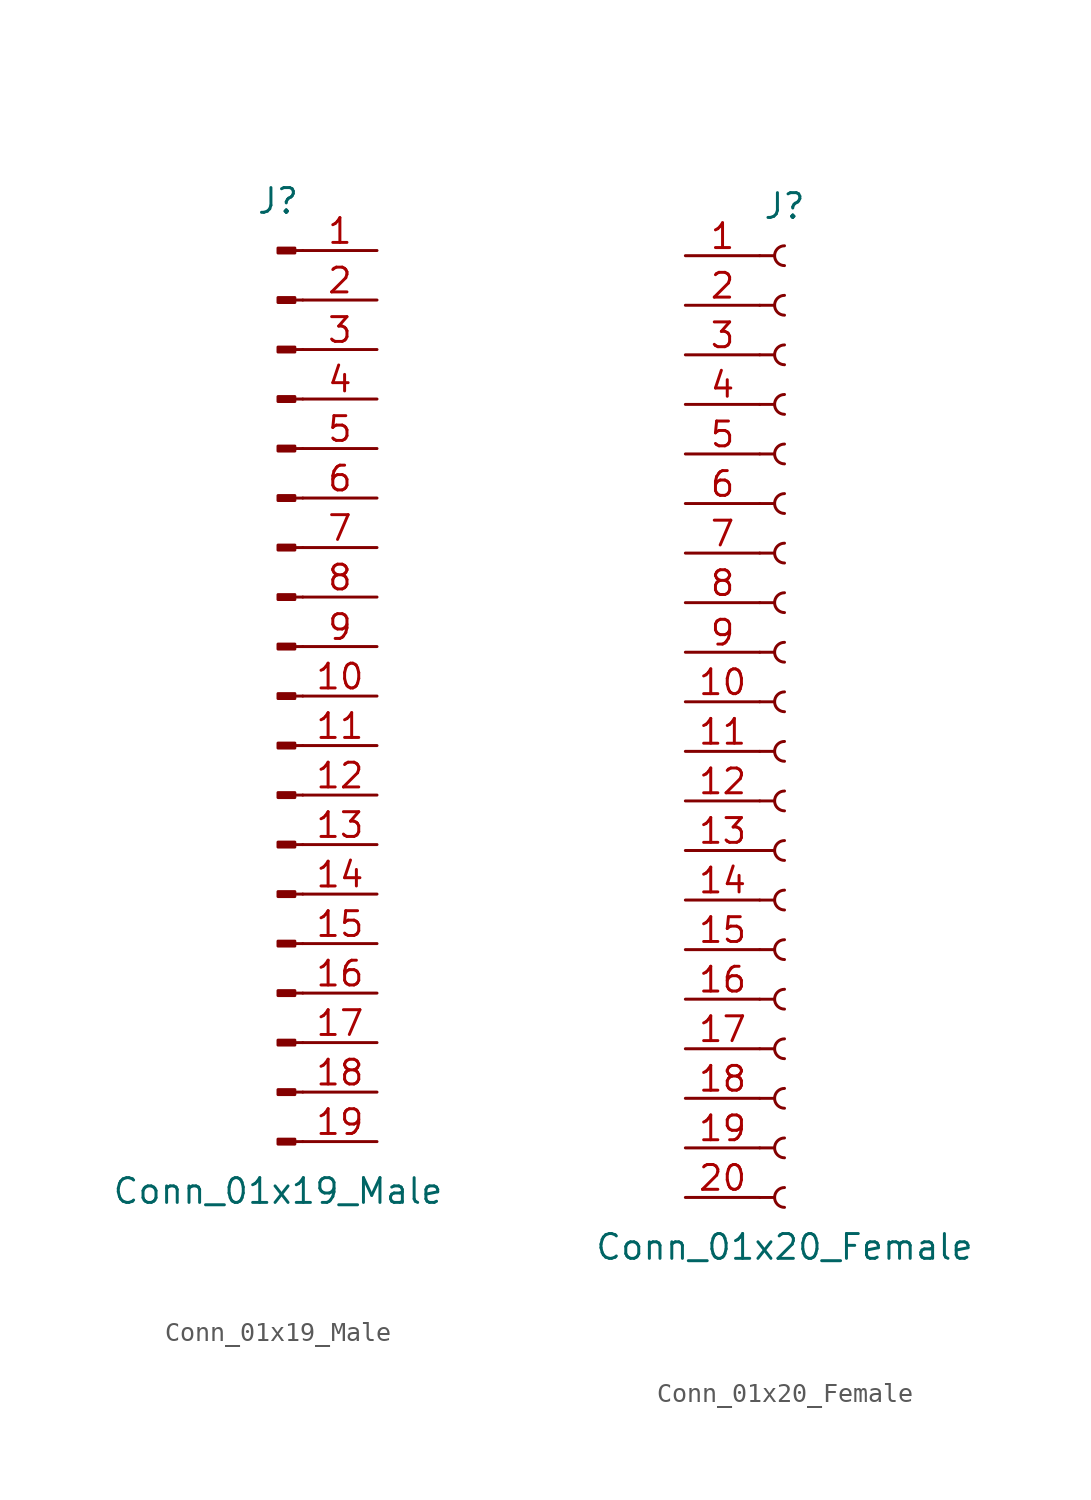
<source format=kicad_sym>
(kicad_symbol_lib
  (version 20220914)
  (generator kicad_symbol_editor)
  (symbol "Conn_01x19_Male"
    (pin_names
      (offset 1.016) hide)
    (property "Reference" "J"
      (at 0 25.4 0)
      (effects (font (size 1.27 1.27))))
    (property "Value" "Conn_01x19_Male"
      (at 0 -25.4 0)
      (effects (font (size 1.27 1.27))))
    (symbol "Conn_01x19_Male_1_1"
      (polyline (pts (xy 1.27 -22.86) (xy 0.864 -22.86)) (stroke (width 0.152) (type solid)) (fill (type none)))
      (polyline (pts (xy 1.27 -20.32) (xy 0.864 -20.32)) (stroke (width 0.152) (type solid)) (fill (type none)))
      (polyline (pts (xy 1.27 -17.78) (xy 0.864 -17.78)) (stroke (width 0.152) (type solid)) (fill (type none)))
      (polyline (pts (xy 1.27 -15.24) (xy 0.864 -15.24)) (stroke (width 0.152) (type solid)) (fill (type none)))
      (polyline (pts (xy 1.27 -12.7) (xy 0.864 -12.7)) (stroke (width 0.152) (type solid)) (fill (type none)))
      (polyline (pts (xy 1.27 -10.16) (xy 0.864 -10.16)) (stroke (width 0.152) (type solid)) (fill (type none)))
      (polyline (pts (xy 1.27 -7.62) (xy 0.864 -7.62)) (stroke (width 0.152) (type solid)) (fill (type none)))
      (polyline (pts (xy 1.27 -5.08) (xy 0.864 -5.08)) (stroke (width 0.152) (type solid)) (fill (type none)))
      (polyline (pts (xy 1.27 -2.54) (xy 0.864 -2.54)) (stroke (width 0.152) (type solid)) (fill (type none)))
      (polyline (pts (xy 1.27 0) (xy 0.864 0)) (stroke (width 0.152) (type solid)) (fill (type none)))
      (polyline (pts (xy 1.27 2.54) (xy 0.864 2.54)) (stroke (width 0.152) (type solid)) (fill (type none)))
      (polyline (pts (xy 1.27 5.08) (xy 0.864 5.08)) (stroke (width 0.152) (type solid)) (fill (type none)))
      (polyline (pts (xy 1.27 7.62) (xy 0.864 7.62)) (stroke (width 0.152) (type solid)) (fill (type none)))
      (polyline (pts (xy 1.27 10.16) (xy 0.864 10.16)) (stroke (width 0.152) (type solid)) (fill (type none)))
      (polyline (pts (xy 1.27 12.7) (xy 0.864 12.7)) (stroke (width 0.152) (type solid)) (fill (type none)))
      (polyline (pts (xy 1.27 15.24) (xy 0.864 15.24)) (stroke (width 0.152) (type solid)) (fill (type none)))
      (polyline (pts (xy 1.27 17.78) (xy 0.864 17.78)) (stroke (width 0.152) (type solid)) (fill (type none)))
      (polyline (pts (xy 1.27 20.32) (xy 0.864 20.32)) (stroke (width 0.152) (type solid)) (fill (type none)))
      (polyline (pts (xy 1.27 22.86) (xy 0.864 22.86)) (stroke (width 0.152) (type solid)) (fill (type none)))
      (rectangle (start 0.864 -22.733) (end 0 -22.987) (stroke (width 0.152) (type solid)) (fill (type outline)))
      (rectangle (start 0.864 -20.193) (end 0 -20.447) (stroke (width 0.152) (type solid)) (fill (type outline)))
      (rectangle (start 0.864 -17.653) (end 0 -17.907) (stroke (width 0.152) (type solid)) (fill (type outline)))
      (rectangle (start 0.864 -15.113) (end 0 -15.367) (stroke (width 0.152) (type solid)) (fill (type outline)))
      (rectangle (start 0.864 -12.573) (end 0 -12.827) (stroke (width 0.152) (type solid)) (fill (type outline)))
      (rectangle (start 0.864 -10.033) (end 0 -10.287) (stroke (width 0.152) (type solid)) (fill (type outline)))
      (rectangle (start 0.864 -7.493) (end 0 -7.747) (stroke (width 0.152) (type solid)) (fill (type outline)))
      (rectangle (start 0.864 -4.953) (end 0 -5.207) (stroke (width 0.152) (type solid)) (fill (type outline)))
      (rectangle (start 0.864 -2.413) (end 0 -2.667) (stroke (width 0.152) (type solid)) (fill (type outline)))
      (rectangle (start 0.864 0.127) (end 0 -0.127) (stroke (width 0.152) (type solid)) (fill (type outline)))
      (rectangle (start 0.864 2.667) (end 0 2.413) (stroke (width 0.152) (type solid)) (fill (type outline)))
      (rectangle (start 0.864 5.207) (end 0 4.953) (stroke (width 0.152) (type solid)) (fill (type outline)))
      (rectangle (start 0.864 7.747) (end 0 7.493) (stroke (width 0.152) (type solid)) (fill (type outline)))
      (rectangle (start 0.864 10.287) (end 0 10.033) (stroke (width 0.152) (type solid)) (fill (type outline)))
      (rectangle (start 0.864 12.827) (end 0 12.573) (stroke (width 0.152) (type solid)) (fill (type outline)))
      (rectangle (start 0.864 15.367) (end 0 15.113) (stroke (width 0.152) (type solid)) (fill (type outline)))
      (rectangle (start 0.864 17.907) (end 0 17.653) (stroke (width 0.152) (type solid)) (fill (type outline)))
      (rectangle (start 0.864 20.447) (end 0 20.193) (stroke (width 0.152) (type solid)) (fill (type outline)))
      (rectangle (start 0.864 22.987) (end 0 22.733) (stroke (width 0.152) (type solid)) (fill (type outline)))
      (pin passive line (at 5.08 22.86 180) (length 3.81) (name "Pin_1" (effects (font (size 1.27 1.27)))) (number "1" (effects (font (size 1.27 1.27)))))
      (pin passive line (at 5.08 0 180) (length 3.81) (name "Pin_10" (effects (font (size 1.27 1.27)))) (number "10" (effects (font (size 1.27 1.27)))))
      (pin passive line (at 5.08 -2.54 180) (length 3.81) (name "Pin_11" (effects (font (size 1.27 1.27)))) (number "11" (effects (font (size 1.27 1.27)))))
      (pin passive line (at 5.08 -5.08 180) (length 3.81) (name "Pin_12" (effects (font (size 1.27 1.27)))) (number "12" (effects (font (size 1.27 1.27)))))
      (pin passive line (at 5.08 -7.62 180) (length 3.81) (name "Pin_13" (effects (font (size 1.27 1.27)))) (number "13" (effects (font (size 1.27 1.27)))))
      (pin passive line (at 5.08 -10.16 180) (length 3.81) (name "Pin_14" (effects (font (size 1.27 1.27)))) (number "14" (effects (font (size 1.27 1.27)))))
      (pin passive line (at 5.08 -12.7 180) (length 3.81) (name "Pin_15" (effects (font (size 1.27 1.27)))) (number "15" (effects (font (size 1.27 1.27)))))
      (pin passive line (at 5.08 -15.24 180) (length 3.81) (name "Pin_16" (effects (font (size 1.27 1.27)))) (number "16" (effects (font (size 1.27 1.27)))))
      (pin passive line (at 5.08 -17.78 180) (length 3.81) (name "Pin_17" (effects (font (size 1.27 1.27)))) (number "17" (effects (font (size 1.27 1.27)))))
      (pin passive line (at 5.08 -20.32 180) (length 3.81) (name "Pin_18" (effects (font (size 1.27 1.27)))) (number "18" (effects (font (size 1.27 1.27)))))
      (pin passive line (at 5.08 -22.86 180) (length 3.81) (name "Pin_19" (effects (font (size 1.27 1.27)))) (number "19" (effects (font (size 1.27 1.27)))))
      (pin passive line (at 5.08 20.32 180) (length 3.81) (name "Pin_2" (effects (font (size 1.27 1.27)))) (number "2" (effects (font (size 1.27 1.27)))))
      (pin passive line (at 5.08 17.78 180) (length 3.81) (name "Pin_3" (effects (font (size 1.27 1.27)))) (number "3" (effects (font (size 1.27 1.27)))))
      (pin passive line (at 5.08 15.24 180) (length 3.81) (name "Pin_4" (effects (font (size 1.27 1.27)))) (number "4" (effects (font (size 1.27 1.27)))))
      (pin passive line (at 5.08 12.7 180) (length 3.81) (name "Pin_5" (effects (font (size 1.27 1.27)))) (number "5" (effects (font (size 1.27 1.27)))))
      (pin passive line (at 5.08 10.16 180) (length 3.81) (name "Pin_6" (effects (font (size 1.27 1.27)))) (number "6" (effects (font (size 1.27 1.27)))))
      (pin passive line (at 5.08 7.62 180) (length 3.81) (name "Pin_7" (effects (font (size 1.27 1.27)))) (number "7" (effects (font (size 1.27 1.27)))))
      (pin passive line (at 5.08 5.08 180) (length 3.81) (name "Pin_8" (effects (font (size 1.27 1.27)))) (number "8" (effects (font (size 1.27 1.27)))))
      (pin passive line (at 5.08 2.54 180) (length 3.81) (name "Pin_9" (effects (font (size 1.27 1.27)))) (number "9" (effects (font (size 1.27 1.27)))))))
  (symbol "Conn_01x20_Female"
    (pin_names
      (offset 1.016) hide)
    (property "Reference" "J"
      (at 0 25.4 0)
      (effects (font (size 1.27 1.27))))
    (property "Value" "Conn_01x20_Female"
      (at 0 -27.94 0)
      (effects (font (size 1.27 1.27))))
    (symbol "Conn_01x20_Female_1_1"
      (arc (start 0 -24.892) (mid -0.5058 -25.4) (end 0 -25.908) (stroke (width 0.1524) (type solid)) (fill (type none)))
      (arc (start 0 -22.352) (mid -0.5058 -22.86) (end 0 -23.368) (stroke (width 0.1524) (type solid)) (fill (type none)))
      (arc (start 0 -19.812) (mid -0.5058 -20.32) (end 0 -20.828) (stroke (width 0.1524) (type solid)) (fill (type none)))
      (arc (start 0 -17.272) (mid -0.5058 -17.78) (end 0 -18.288) (stroke (width 0.1524) (type solid)) (fill (type none)))
      (arc (start 0 -14.732) (mid -0.5058 -15.24) (end 0 -15.748) (stroke (width 0.1524) (type solid)) (fill (type none)))
      (arc (start 0 -12.192) (mid -0.5058 -12.7) (end 0 -13.208) (stroke (width 0.1524) (type solid)) (fill (type none)))
      (arc (start 0 -9.652) (mid -0.5058 -10.16) (end 0 -10.668) (stroke (width 0.1524) (type solid)) (fill (type none)))
      (arc (start 0 -7.112) (mid -0.5058 -7.62) (end 0 -8.128) (stroke (width 0.1524) (type solid)) (fill (type none)))
      (arc (start 0 -4.572) (mid -0.5058 -5.08) (end 0 -5.588) (stroke (width 0.1524) (type solid)) (fill (type none)))
      (arc (start 0 -2.032) (mid -0.5058 -2.54) (end 0 -3.048) (stroke (width 0.1524) (type solid)) (fill (type none)))
      (polyline (pts (xy -1.27 -25.4) (xy -0.508 -25.4)) (stroke (width 0.152) (type solid)) (fill (type none)))
      (polyline (pts (xy -1.27 -22.86) (xy -0.508 -22.86)) (stroke (width 0.152) (type solid)) (fill (type none)))
      (polyline (pts (xy -1.27 -20.32) (xy -0.508 -20.32)) (stroke (width 0.152) (type solid)) (fill (type none)))
      (polyline (pts (xy -1.27 -17.78) (xy -0.508 -17.78)) (stroke (width 0.152) (type solid)) (fill (type none)))
      (polyline (pts (xy -1.27 -15.24) (xy -0.508 -15.24)) (stroke (width 0.152) (type solid)) (fill (type none)))
      (polyline (pts (xy -1.27 -12.7) (xy -0.508 -12.7)) (stroke (width 0.152) (type solid)) (fill (type none)))
      (polyline (pts (xy -1.27 -10.16) (xy -0.508 -10.16)) (stroke (width 0.152) (type solid)) (fill (type none)))
      (polyline (pts (xy -1.27 -7.62) (xy -0.508 -7.62)) (stroke (width 0.152) (type solid)) (fill (type none)))
      (polyline (pts (xy -1.27 -5.08) (xy -0.508 -5.08)) (stroke (width 0.152) (type solid)) (fill (type none)))
      (polyline (pts (xy -1.27 -2.54) (xy -0.508 -2.54)) (stroke (width 0.152) (type solid)) (fill (type none)))
      (polyline (pts (xy -1.27 0) (xy -0.508 0)) (stroke (width 0.152) (type solid)) (fill (type none)))
      (polyline (pts (xy -1.27 2.54) (xy -0.508 2.54)) (stroke (width 0.152) (type solid)) (fill (type none)))
      (polyline (pts (xy -1.27 5.08) (xy -0.508 5.08)) (stroke (width 0.152) (type solid)) (fill (type none)))
      (polyline (pts (xy -1.27 7.62) (xy -0.508 7.62)) (stroke (width 0.152) (type solid)) (fill (type none)))
      (polyline (pts (xy -1.27 10.16) (xy -0.508 10.16)) (stroke (width 0.152) (type solid)) (fill (type none)))
      (polyline (pts (xy -1.27 12.7) (xy -0.508 12.7)) (stroke (width 0.152) (type solid)) (fill (type none)))
      (polyline (pts (xy -1.27 15.24) (xy -0.508 15.24)) (stroke (width 0.152) (type solid)) (fill (type none)))
      (polyline (pts (xy -1.27 17.78) (xy -0.508 17.78)) (stroke (width 0.152) (type solid)) (fill (type none)))
      (polyline (pts (xy -1.27 20.32) (xy -0.508 20.32)) (stroke (width 0.152) (type solid)) (fill (type none)))
      (polyline (pts (xy -1.27 22.86) (xy -0.508 22.86)) (stroke (width 0.152) (type solid)) (fill (type none)))
      (arc (start 0 0.508) (mid -0.5058 0) (end 0 -0.508) (stroke (width 0.1524) (type solid)) (fill (type none)))
      (arc (start 0 3.048) (mid -0.5058 2.54) (end 0 2.032) (stroke (width 0.1524) (type solid)) (fill (type none)))
      (arc (start 0 5.588) (mid -0.5058 5.08) (end 0 4.572) (stroke (width 0.1524) (type solid)) (fill (type none)))
      (arc (start 0 8.128) (mid -0.5058 7.62) (end 0 7.112) (stroke (width 0.1524) (type solid)) (fill (type none)))
      (arc (start 0 10.668) (mid -0.5058 10.16) (end 0 9.652) (stroke (width 0.1524) (type solid)) (fill (type none)))
      (arc (start 0 13.208) (mid -0.5058 12.7) (end 0 12.192) (stroke (width 0.1524) (type solid)) (fill (type none)))
      (arc (start 0 15.748) (mid -0.5058 15.24) (end 0 14.732) (stroke (width 0.1524) (type solid)) (fill (type none)))
      (arc (start 0 18.288) (mid -0.5058 17.78) (end 0 17.272) (stroke (width 0.1524) (type solid)) (fill (type none)))
      (arc (start 0 20.828) (mid -0.5058 20.32) (end 0 19.812) (stroke (width 0.1524) (type solid)) (fill (type none)))
      (arc (start 0 23.368) (mid -0.5058 22.86) (end 0 22.352) (stroke (width 0.1524) (type solid)) (fill (type none)))
      (pin passive line (at -5.08 22.86 0) (length 3.81) (name "Pin_1" (effects (font (size 1.27 1.27)))) (number "1" (effects (font (size 1.27 1.27)))))
      (pin passive line (at -5.08 0 0) (length 3.81) (name "Pin_10" (effects (font (size 1.27 1.27)))) (number "10" (effects (font (size 1.27 1.27)))))
      (pin passive line (at -5.08 -2.54 0) (length 3.81) (name "Pin_11" (effects (font (size 1.27 1.27)))) (number "11" (effects (font (size 1.27 1.27)))))
      (pin passive line (at -5.08 -5.08 0) (length 3.81) (name "Pin_12" (effects (font (size 1.27 1.27)))) (number "12" (effects (font (size 1.27 1.27)))))
      (pin passive line (at -5.08 -7.62 0) (length 3.81) (name "Pin_13" (effects (font (size 1.27 1.27)))) (number "13" (effects (font (size 1.27 1.27)))))
      (pin passive line (at -5.08 -10.16 0) (length 3.81) (name "Pin_14" (effects (font (size 1.27 1.27)))) (number "14" (effects (font (size 1.27 1.27)))))
      (pin passive line (at -5.08 -12.7 0) (length 3.81) (name "Pin_15" (effects (font (size 1.27 1.27)))) (number "15" (effects (font (size 1.27 1.27)))))
      (pin passive line (at -5.08 -15.24 0) (length 3.81) (name "Pin_16" (effects (font (size 1.27 1.27)))) (number "16" (effects (font (size 1.27 1.27)))))
      (pin passive line (at -5.08 -17.78 0) (length 3.81) (name "Pin_17" (effects (font (size 1.27 1.27)))) (number "17" (effects (font (size 1.27 1.27)))))
      (pin passive line (at -5.08 -20.32 0) (length 3.81) (name "Pin_18" (effects (font (size 1.27 1.27)))) (number "18" (effects (font (size 1.27 1.27)))))
      (pin passive line (at -5.08 -22.86 0) (length 3.81) (name "Pin_19" (effects (font (size 1.27 1.27)))) (number "19" (effects (font (size 1.27 1.27)))))
      (pin passive line (at -5.08 20.32 0) (length 3.81) (name "Pin_2" (effects (font (size 1.27 1.27)))) (number "2" (effects (font (size 1.27 1.27)))))
      (pin passive line (at -5.08 -25.4 0) (length 3.81) (name "Pin_20" (effects (font (size 1.27 1.27)))) (number "20" (effects (font (size 1.27 1.27)))))
      (pin passive line (at -5.08 17.78 0) (length 3.81) (name "Pin_3" (effects (font (size 1.27 1.27)))) (number "3" (effects (font (size 1.27 1.27)))))
      (pin passive line (at -5.08 15.24 0) (length 3.81) (name "Pin_4" (effects (font (size 1.27 1.27)))) (number "4" (effects (font (size 1.27 1.27)))))
      (pin passive line (at -5.08 12.7 0) (length 3.81) (name "Pin_5" (effects (font (size 1.27 1.27)))) (number "5" (effects (font (size 1.27 1.27)))))
      (pin passive line (at -5.08 10.16 0) (length 3.81) (name "Pin_6" (effects (font (size 1.27 1.27)))) (number "6" (effects (font (size 1.27 1.27)))))
      (pin passive line (at -5.08 7.62 0) (length 3.81) (name "Pin_7" (effects (font (size 1.27 1.27)))) (number "7" (effects (font (size 1.27 1.27)))))
      (pin passive line (at -5.08 5.08 0) (length 3.81) (name "Pin_8" (effects (font (size 1.27 1.27)))) (number "8" (effects (font (size 1.27 1.27)))))
      (pin passive line (at -5.08 2.54 0) (length 3.81) (name "Pin_9" (effects (font (size 1.27 1.27)))) (number "9" (effects (font (size 1.27 1.27))))))))
</source>
